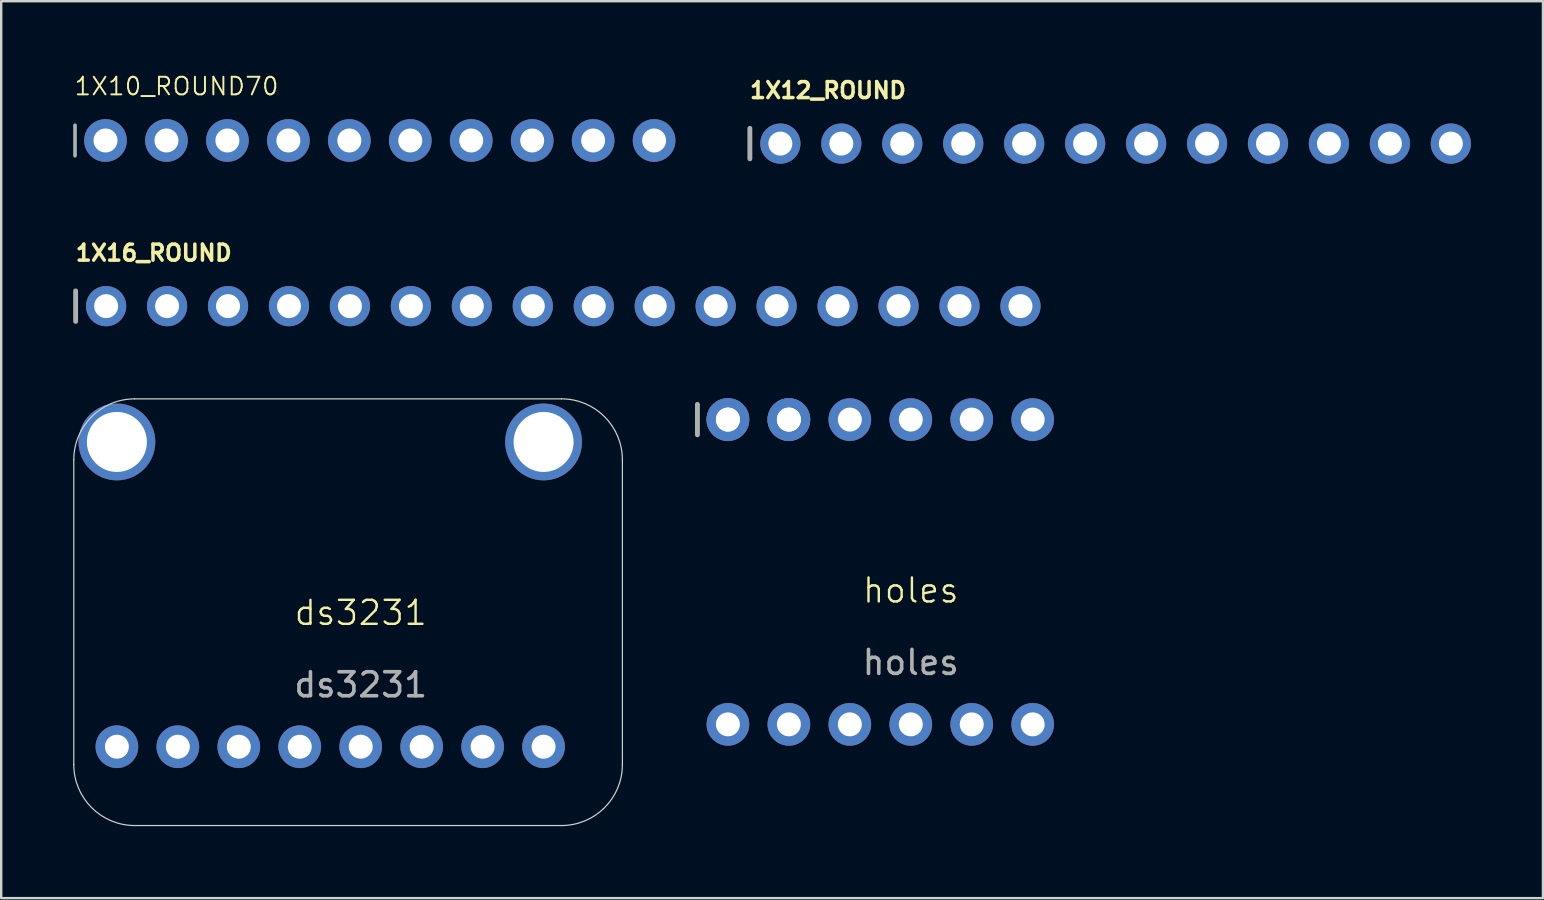
<source format=kicad_pcb>
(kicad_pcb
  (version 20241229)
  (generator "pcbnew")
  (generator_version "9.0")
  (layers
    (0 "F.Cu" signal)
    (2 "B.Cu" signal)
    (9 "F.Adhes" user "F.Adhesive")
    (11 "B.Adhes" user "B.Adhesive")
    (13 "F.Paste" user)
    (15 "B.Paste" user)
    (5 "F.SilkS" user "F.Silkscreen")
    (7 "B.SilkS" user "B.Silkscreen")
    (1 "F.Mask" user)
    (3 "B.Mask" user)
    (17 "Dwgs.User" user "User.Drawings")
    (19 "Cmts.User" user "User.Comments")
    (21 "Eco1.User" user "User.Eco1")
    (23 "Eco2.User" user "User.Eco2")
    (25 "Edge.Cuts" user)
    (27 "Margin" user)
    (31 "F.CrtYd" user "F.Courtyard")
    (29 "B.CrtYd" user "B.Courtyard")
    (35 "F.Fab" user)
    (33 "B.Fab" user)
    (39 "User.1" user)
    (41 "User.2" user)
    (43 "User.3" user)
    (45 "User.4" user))
  (footprint "1X16_ROUND"
    (layer "F.Cu")
    (at 20.422 9.707)
    (property "Reference" "1X16_ROUND" (at -20.396 -1.829 0) (layer "F.SilkS") (effects (font (size 0.666 0.666) (thickness 0.146)) (justify left bottom)))
    (fp_line (start -20.32 -0.635) (end -20.32 0.635) (stroke (width 0.203) (type solid)) (layer "F.Fab"))
    (fp_poly (pts (xy -19.304 0.254) (xy -18.796 0.254) (xy -18.796 -0.254) (xy -19.304 -0.254)) (stroke (width 0.1) (type default)) (fill no) (layer "F.Fab"))
    (fp_poly (pts (xy -16.764 0.254) (xy -16.256 0.254) (xy -16.256 -0.254) (xy -16.764 -0.254)) (stroke (width 0.1) (type default)) (fill no) (layer "F.Fab"))
    (fp_poly (pts (xy -14.224 0.254) (xy -13.716 0.254) (xy -13.716 -0.254) (xy -14.224 -0.254)) (stroke (width 0.1) (type default)) (fill no) (layer "F.Fab"))
    (fp_poly (pts (xy -11.684 0.254) (xy -11.176 0.254) (xy -11.176 -0.254) (xy -11.684 -0.254)) (stroke (width 0.1) (type default)) (fill no) (layer "F.Fab"))
    (fp_poly (pts (xy -9.144 0.254) (xy -8.636 0.254) (xy -8.636 -0.254) (xy -9.144 -0.254)) (stroke (width 0.1) (type default)) (fill no) (layer "F.Fab"))
    (fp_poly (pts (xy -6.604 0.254) (xy -6.096 0.254) (xy -6.096 -0.254) (xy -6.604 -0.254)) (stroke (width 0.1) (type default)) (fill no) (layer "F.Fab"))
    (fp_poly (pts (xy -4.064 0.254) (xy -3.556 0.254) (xy -3.556 -0.254) (xy -4.064 -0.254)) (stroke (width 0.1) (type default)) (fill no) (layer "F.Fab"))
    (fp_poly (pts (xy -1.524 0.254) (xy -1.016 0.254) (xy -1.016 -0.254) (xy -1.524 -0.254)) (stroke (width 0.1) (type default)) (fill no) (layer "F.Fab"))
    (fp_poly (pts (xy 1.016 0.254) (xy 1.524 0.254) (xy 1.524 -0.254) (xy 1.016 -0.254)) (stroke (width 0.1) (type default)) (fill no) (layer "F.Fab"))
    (fp_poly (pts (xy 3.556 0.254) (xy 4.064 0.254) (xy 4.064 -0.254) (xy 3.556 -0.254)) (stroke (width 0.1) (type default)) (fill no) (layer "F.Fab"))
    (fp_poly (pts (xy 6.096 0.254) (xy 6.604 0.254) (xy 6.604 -0.254) (xy 6.096 -0.254)) (stroke (width 0.1) (type default)) (fill no) (layer "F.Fab"))
    (fp_poly (pts (xy 8.636 0.254) (xy 9.144 0.254) (xy 9.144 -0.254) (xy 8.636 -0.254)) (stroke (width 0.1) (type default)) (fill no) (layer "F.Fab"))
    (fp_poly (pts (xy 11.176 0.254) (xy 11.684 0.254) (xy 11.684 -0.254) (xy 11.176 -0.254)) (stroke (width 0.1) (type default)) (fill no) (layer "F.Fab"))
    (fp_poly (pts (xy 13.716 0.254) (xy 14.224 0.254) (xy 14.224 -0.254) (xy 13.716 -0.254)) (stroke (width 0.1) (type default)) (fill no) (layer "F.Fab"))
    (fp_poly (pts (xy 16.256 0.254) (xy 16.764 0.254) (xy 16.764 -0.254) (xy 16.256 -0.254)) (stroke (width 0.1) (type default)) (fill no) (layer "F.Fab"))
    (fp_poly (pts (xy 18.796 0.254) (xy 19.304 0.254) (xy 19.304 -0.254) (xy 18.796 -0.254)) (stroke (width 0.1) (type default)) (fill no) (layer "F.Fab"))
    (pad "1" thru_hole circle (at -19.05 0 90) (size 1.676 1.676) (drill 1) (layers "*.Cu" "*.Mask"))
    (pad "2" thru_hole circle (at -16.51 0 90) (size 1.676 1.676) (drill 1) (layers "*.Cu" "*.Mask"))
    (pad "3" thru_hole circle (at -13.97 0 90) (size 1.676 1.676) (drill 1) (layers "*.Cu" "*.Mask"))
    (pad "4" thru_hole circle (at -11.43 0 90) (size 1.676 1.676) (drill 1) (layers "*.Cu" "*.Mask"))
    (pad "5" thru_hole circle (at -8.89 0 90) (size 1.676 1.676) (drill 1) (layers "*.Cu" "*.Mask"))
    (pad "6" thru_hole circle (at -6.35 0 90) (size 1.676 1.676) (drill 1) (layers "*.Cu" "*.Mask"))
    (pad "7" thru_hole circle (at -3.81 0 90) (size 1.676 1.676) (drill 1) (layers "*.Cu" "*.Mask"))
    (pad "8" thru_hole circle (at -1.27 0 90) (size 1.676 1.676) (drill 1) (layers "*.Cu" "*.Mask"))
    (pad "9" thru_hole circle (at 1.27 0 90) (size 1.676 1.676) (drill 1) (layers "*.Cu" "*.Mask"))
    (pad "10" thru_hole circle (at 3.81 0 90) (size 1.676 1.676) (drill 1) (layers "*.Cu" "*.Mask"))
    (pad "11" thru_hole circle (at 6.35 0 90) (size 1.676 1.676) (drill 1) (layers "*.Cu" "*.Mask"))
    (pad "12" thru_hole circle (at 8.89 0 90) (size 1.676 1.676) (drill 1) (layers "*.Cu" "*.Mask"))
    (pad "13" thru_hole circle (at 11.43 0 90) (size 1.676 1.676) (drill 1) (layers "*.Cu" "*.Mask"))
    (pad "14" thru_hole circle (at 13.97 0 90) (size 1.676 1.676) (drill 1) (layers "*.Cu" "*.Mask"))
    (pad "15" thru_hole circle (at 16.51 0 90) (size 1.676 1.676) (drill 1) (layers "*.Cu" "*.Mask"))
    (pad "16" thru_hole circle (at 19.05 0 90) (size 1.676 1.676) (drill 1) (layers "*.Cu" "*.Mask")))
  (footprint "holes"
    (layer "F.Cu")
    (at 34.902 22.054)
    (property "Reference" "holes" (at 0 -0.5 0) (unlocked yes) (layer "F.SilkS") (effects (font (size 1 1) (thickness 0.1))))
    (attr smd)
    (fp_line (start -8.89 -8.255) (end -8.89 -6.985) (stroke (width 0.203) (type solid)) (layer "F.Fab"))
    (fp_text user "${REFERENCE}" (at 0 2.5 0) (unlocked yes) (layer "F.Fab") (effects (font (size 1 1) (thickness 0.15))))
    (pad "1" thru_hole circle (at -7.62 -7.62 90) (size 1.778 1.778) (drill 1) (layers "*.Cu" "*.Mask"))
    (pad "1" thru_hole circle (at -7.62 -7.62 90) (size 1.778 1.778) (drill 1) (layers "*.Cu" "*.Mask"))
    (pad "1" thru_hole circle (at -7.62 5.08 90) (size 1.778 1.778) (drill 1) (layers "*.Cu" "*.Mask"))
    (pad "2" thru_hole circle (at -5.08 -7.62 90) (size 1.778 1.778) (drill 1) (layers "*.Cu" "*.Mask"))
    (pad "2" thru_hole circle (at -5.08 -7.62 90) (size 1.778 1.778) (drill 1) (layers "*.Cu" "*.Mask"))
    (pad "2" thru_hole circle (at -5.08 5.08 90) (size 1.778 1.778) (drill 1) (layers "*.Cu" "*.Mask"))
    (pad "3" thru_hole circle (at -2.54 -7.62 90) (size 1.778 1.778) (drill 1) (layers "*.Cu" "*.Mask"))
    (pad "3" thru_hole circle (at -2.54 5.08 90) (size 1.778 1.778) (drill 1) (layers "*.Cu" "*.Mask"))
    (pad "4" thru_hole circle (at 0 -7.62 90) (size 1.778 1.778) (drill 1) (layers "*.Cu" "*.Mask"))
    (pad "4" thru_hole circle (at 0 5.08 90) (size 1.778 1.778) (drill 1) (layers "*.Cu" "*.Mask"))
    (pad "5" thru_hole circle (at 2.54 -7.62 90) (size 1.778 1.778) (drill 1) (layers "*.Cu" "*.Mask"))
    (pad "5" thru_hole circle (at 2.54 5.08 90) (size 1.778 1.778) (drill 1) (layers "*.Cu" "*.Mask"))
    (pad "6" thru_hole circle (at 5.08 -7.62 90) (size 1.778 1.778) (drill 1) (layers "*.Cu" "*.Mask"))
    (pad "6" thru_hole circle (at 5.08 5.08 90) (size 1.778 1.778) (drill 1) (layers "*.Cu" "*.Mask")))
  (footprint "1X12_ROUND"
    (layer "F.Cu")
    (at 43.437 2.934)
    (property "Reference" "1X12_ROUND" (at -15.316 -1.829 0) (layer "F.SilkS") (effects (font (size 0.666 0.666) (thickness 0.146)) (justify left bottom)))
    (fp_line (start -15.24 -0.635) (end -15.24 0.635) (stroke (width 0.203) (type solid)) (layer "F.Fab"))
    (fp_poly (pts (xy -14.224 0.254) (xy -13.716 0.254) (xy -13.716 -0.254) (xy -14.224 -0.254)) (stroke (width 0.1) (type default)) (fill no) (layer "F.Fab"))
    (fp_poly (pts (xy -11.684 0.254) (xy -11.176 0.254) (xy -11.176 -0.254) (xy -11.684 -0.254)) (stroke (width 0.1) (type default)) (fill no) (layer "F.Fab"))
    (fp_poly (pts (xy -9.144 0.254) (xy -8.636 0.254) (xy -8.636 -0.254) (xy -9.144 -0.254)) (stroke (width 0.1) (type default)) (fill no) (layer "F.Fab"))
    (fp_poly (pts (xy -6.604 0.254) (xy -6.096 0.254) (xy -6.096 -0.254) (xy -6.604 -0.254)) (stroke (width 0.1) (type default)) (fill no) (layer "F.Fab"))
    (fp_poly (pts (xy -4.064 0.254) (xy -3.556 0.254) (xy -3.556 -0.254) (xy -4.064 -0.254)) (stroke (width 0.1) (type default)) (fill no) (layer "F.Fab"))
    (fp_poly (pts (xy -1.524 0.254) (xy -1.016 0.254) (xy -1.016 -0.254) (xy -1.524 -0.254)) (stroke (width 0.1) (type default)) (fill no) (layer "F.Fab"))
    (fp_poly (pts (xy 1.016 0.254) (xy 1.524 0.254) (xy 1.524 -0.254) (xy 1.016 -0.254)) (stroke (width 0.1) (type default)) (fill no) (layer "F.Fab"))
    (fp_poly (pts (xy 3.556 0.254) (xy 4.064 0.254) (xy 4.064 -0.254) (xy 3.556 -0.254)) (stroke (width 0.1) (type default)) (fill no) (layer "F.Fab"))
    (fp_poly (pts (xy 6.096 0.254) (xy 6.604 0.254) (xy 6.604 -0.254) (xy 6.096 -0.254)) (stroke (width 0.1) (type default)) (fill no) (layer "F.Fab"))
    (fp_poly (pts (xy 8.636 0.254) (xy 9.144 0.254) (xy 9.144 -0.254) (xy 8.636 -0.254)) (stroke (width 0.1) (type default)) (fill no) (layer "F.Fab"))
    (fp_poly (pts (xy 11.176 0.254) (xy 11.684 0.254) (xy 11.684 -0.254) (xy 11.176 -0.254)) (stroke (width 0.1) (type default)) (fill no) (layer "F.Fab"))
    (fp_poly (pts (xy 13.716 0.254) (xy 14.224 0.254) (xy 14.224 -0.254) (xy 13.716 -0.254)) (stroke (width 0.1) (type default)) (fill no) (layer "F.Fab"))
    (pad "1" thru_hole circle (at -13.97 0 90) (size 1.676 1.676) (drill 1) (layers "*.Cu" "*.Mask"))
    (pad "2" thru_hole circle (at -11.43 0 90) (size 1.676 1.676) (drill 1) (layers "*.Cu" "*.Mask"))
    (pad "3" thru_hole circle (at -8.89 0 90) (size 1.676 1.676) (drill 1) (layers "*.Cu" "*.Mask"))
    (pad "4" thru_hole circle (at -6.35 0 90) (size 1.676 1.676) (drill 1) (layers "*.Cu" "*.Mask"))
    (pad "5" thru_hole circle (at -3.81 0 90) (size 1.676 1.676) (drill 1) (layers "*.Cu" "*.Mask"))
    (pad "6" thru_hole circle (at -1.27 0 90) (size 1.676 1.676) (drill 1) (layers "*.Cu" "*.Mask"))
    (pad "7" thru_hole circle (at 1.27 0 90) (size 1.676 1.676) (drill 1) (layers "*.Cu" "*.Mask"))
    (pad "8" thru_hole circle (at 3.81 0 90) (size 1.676 1.676) (drill 1) (layers "*.Cu" "*.Mask"))
    (pad "9" thru_hole circle (at 6.35 0 90) (size 1.676 1.676) (drill 1) (layers "*.Cu" "*.Mask"))
    (pad "10" thru_hole circle (at 8.89 0 90) (size 1.676 1.676) (drill 1) (layers "*.Cu" "*.Mask"))
    (pad "11" thru_hole circle (at 11.43 0 90) (size 1.676 1.676) (drill 1) (layers "*.Cu" "*.Mask"))
    (pad "12" thru_hole circle (at 13.97 0 90) (size 1.676 1.676) (drill 1) (layers "*.Cu" "*.Mask")))
  (footprint "1X10_ROUND70"
    (layer "F.Cu")
    (at 12.776 2.804)
    (property "Reference" "1X10_ROUND70" (at -12.776 -1.829 0) (layer "F.SilkS") (effects (font (size 0.732 0.732) (thickness 0.081)) (justify left bottom)))
    (fp_line (start -12.7 -0.635) (end -12.7 0.635) (stroke (width 0.152) (type solid)) (layer "F.Fab"))
    (fp_poly (pts (xy -11.684 0.254) (xy -11.176 0.254) (xy -11.176 -0.254) (xy -11.684 -0.254)) (stroke (width 0.1) (type default)) (fill no) (layer "F.Fab"))
    (fp_poly (pts (xy -9.144 0.254) (xy -8.636 0.254) (xy -8.636 -0.254) (xy -9.144 -0.254)) (stroke (width 0.1) (type default)) (fill no) (layer "F.Fab"))
    (fp_poly (pts (xy -6.604 0.254) (xy -6.096 0.254) (xy -6.096 -0.254) (xy -6.604 -0.254)) (stroke (width 0.1) (type default)) (fill no) (layer "F.Fab"))
    (fp_poly (pts (xy -4.064 0.254) (xy -3.556 0.254) (xy -3.556 -0.254) (xy -4.064 -0.254)) (stroke (width 0.1) (type default)) (fill no) (layer "F.Fab"))
    (fp_poly (pts (xy -1.524 0.254) (xy -1.016 0.254) (xy -1.016 -0.254) (xy -1.524 -0.254)) (stroke (width 0.1) (type default)) (fill no) (layer "F.Fab"))
    (fp_poly (pts (xy 1.016 0.254) (xy 1.524 0.254) (xy 1.524 -0.254) (xy 1.016 -0.254)) (stroke (width 0.1) (type default)) (fill no) (layer "F.Fab"))
    (fp_poly (pts (xy 3.556 0.254) (xy 4.064 0.254) (xy 4.064 -0.254) (xy 3.556 -0.254)) (stroke (width 0.1) (type default)) (fill no) (layer "F.Fab"))
    (fp_poly (pts (xy 6.096 0.254) (xy 6.604 0.254) (xy 6.604 -0.254) (xy 6.096 -0.254)) (stroke (width 0.1) (type default)) (fill no) (layer "F.Fab"))
    (fp_poly (pts (xy 8.636 0.254) (xy 9.144 0.254) (xy 9.144 -0.254) (xy 8.636 -0.254)) (stroke (width 0.1) (type default)) (fill no) (layer "F.Fab"))
    (fp_poly (pts (xy 11.176 0.254) (xy 11.684 0.254) (xy 11.684 -0.254) (xy 11.176 -0.254)) (stroke (width 0.1) (type default)) (fill no) (layer "F.Fab"))
    (pad "1" thru_hole circle (at -11.43 0 90) (size 1.778 1.778) (drill 1) (layers "*.Cu" "*.Mask"))
    (pad "2" thru_hole circle (at -8.89 0 90) (size 1.778 1.778) (drill 1) (layers "*.Cu" "*.Mask"))
    (pad "3" thru_hole circle (at -6.35 0 90) (size 1.778 1.778) (drill 1) (layers "*.Cu" "*.Mask"))
    (pad "4" thru_hole circle (at -3.81 0 90) (size 1.778 1.778) (drill 1) (layers "*.Cu" "*.Mask"))
    (pad "5" thru_hole circle (at -1.27 0 90) (size 1.778 1.778) (drill 1) (layers "*.Cu" "*.Mask"))
    (pad "6" thru_hole circle (at 1.27 0 90) (size 1.778 1.778) (drill 1) (layers "*.Cu" "*.Mask"))
    (pad "7" thru_hole circle (at 3.81 0 90) (size 1.778 1.778) (drill 1) (layers "*.Cu" "*.Mask"))
    (pad "8" thru_hole circle (at 6.35 0 90) (size 1.778 1.778) (drill 1) (layers "*.Cu" "*.Mask"))
    (pad "9" thru_hole circle (at 8.89 0 90) (size 1.778 1.778) (drill 1) (layers "*.Cu" "*.Mask"))
    (pad "10" thru_hole circle (at 11.43 0 90) (size 1.778 1.778) (drill 1) (layers "*.Cu" "*.Mask")))
  (footprint "ds3231"
    (layer "F.Cu")
    (at 11.981 22.986)
    (property "Reference" "ds3231" (at 0 -0.5 0) (unlocked yes) (layer "F.SilkS") (effects (font (size 1 1) (thickness 0.1))))
    (attr smd)
    (fp_line (start -11.956 5.824) (end -11.956 -6.876) (stroke (width 0.05) (type solid)) (layer "Edge.Cuts"))
    (fp_line (start -9.416 -9.416) (end 8.364 -9.416) (stroke (width 0.05) (type solid)) (layer "Edge.Cuts"))
    (fp_line (start 8.364 8.364) (end -9.416 8.364) (stroke (width 0.05) (type solid)) (layer "Edge.Cuts"))
    (fp_line (start 10.904 -6.876) (end 10.904 5.824) (stroke (width 0.05) (type solid)) (layer "Edge.Cuts"))
    (fp_arc (start -11.956051 -6.876051) (mid -11.212102 -8.672102) (end -9.416051 -9.416051) (stroke (width 0.05) (type solid)) (layer "Edge.Cuts"))
    (fp_arc (start -9.416051 8.363949) (mid -11.212102 7.62) (end -11.956051 5.823949) (stroke (width 0.05) (type solid)) (layer "Edge.Cuts"))
    (fp_arc (start 8.363949 -9.416051) (mid 10.16 -8.672102) (end 10.903949 -6.876051) (stroke (width 0.05) (type solid)) (layer "Edge.Cuts"))
    (fp_arc (start 10.903949 5.823949) (mid 10.16 7.62) (end 8.363949 8.363949) (stroke (width 0.05) (type solid)) (layer "Edge.Cuts"))
    (fp_text user "${REFERENCE}" (at 0 2.5 0) (unlocked yes) (layer "F.Fab") (effects (font (size 1 1) (thickness 0.15))))
    (pad "1" thru_hole circle (at -10.16 5.08 90) (size 1.778 1.778) (drill 1) (layers "*.Cu" "*.Mask"))
    (pad "2" thru_hole circle (at -7.62 5.08 90) (size 1.778 1.778) (drill 1) (layers "*.Cu" "*.Mask"))
    (pad "3" thru_hole circle (at -5.08 5.08 90) (size 1.778 1.778) (drill 1) (layers "*.Cu" "*.Mask"))
    (pad "4" thru_hole circle (at -2.54 5.08 90) (size 1.778 1.778) (drill 1) (layers "*.Cu" "*.Mask"))
    (pad "5" thru_hole circle (at 0 5.08 90) (size 1.778 1.778) (drill 1) (layers "*.Cu" "*.Mask"))
    (pad "6" thru_hole circle (at 2.54 5.08 90) (size 1.778 1.778) (drill 1) (layers "*.Cu" "*.Mask"))
    (pad "7" thru_hole circle (at 5.08 5.08 90) (size 1.778 1.778) (drill 1) (layers "*.Cu" "*.Mask"))
    (pad "8" thru_hole circle (at 7.62 5.08 90) (size 1.778 1.778) (drill 1) (layers "*.Cu" "*.Mask"))
    (pad "P$1" thru_hole circle (at -10.16 -7.62) (size 3.2 3.2) (drill 2.5) (layers "*.Cu" "*.Mask"))
    (pad "P$1" thru_hole circle (at 7.62 -7.62) (size 3.2 3.2) (drill 2.5) (layers "*.Cu" "*.Mask")))
  (gr_rect
    (start -3 -3)
    (end 61.245 34.375)
    (stroke (width 0.1) (type default))
    (fill no)
    (layer "Edge.Cuts")))
</source>
